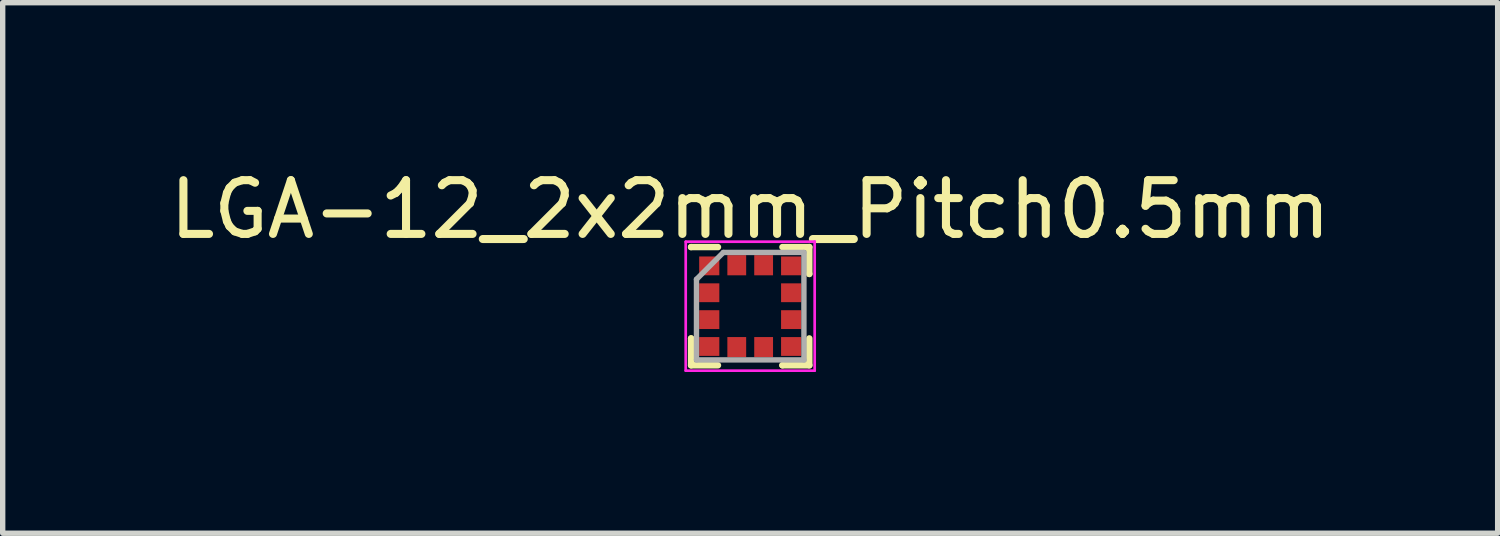
<source format=kicad_pcb>
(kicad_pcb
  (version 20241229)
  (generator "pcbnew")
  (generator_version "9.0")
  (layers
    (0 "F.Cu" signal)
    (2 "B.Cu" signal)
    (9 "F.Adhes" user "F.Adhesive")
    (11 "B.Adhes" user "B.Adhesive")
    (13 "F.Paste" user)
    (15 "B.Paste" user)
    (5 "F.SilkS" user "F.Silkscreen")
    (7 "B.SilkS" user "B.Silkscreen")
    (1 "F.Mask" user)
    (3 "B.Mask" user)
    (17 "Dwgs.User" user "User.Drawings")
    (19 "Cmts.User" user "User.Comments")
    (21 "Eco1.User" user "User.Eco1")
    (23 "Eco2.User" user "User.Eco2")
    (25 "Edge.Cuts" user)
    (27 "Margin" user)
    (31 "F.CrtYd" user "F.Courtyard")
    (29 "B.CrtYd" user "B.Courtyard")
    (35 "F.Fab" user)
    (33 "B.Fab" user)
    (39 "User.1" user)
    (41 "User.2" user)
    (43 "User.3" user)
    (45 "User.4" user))
  (footprint "LGA-12_2x2mm_Pitch0.5mm"
    (layer "F.Cu")
    (at 10.911 2.648)
    (property "Reference" "LGA-12_2x2mm_Pitch0.5mm" (at 0 -1.8 0) (layer "F.SilkS") (effects (font (size 1 1) (thickness 0.15))))
    (attr smd)
    (fp_line (start -1.1 -1.1) (end -1.1 -1.1) (stroke (width 0.12) (type solid)) (layer "F.SilkS"))
    (fp_line (start -1.1 0.6) (end -1.1 0.6) (stroke (width 0.12) (type solid)) (layer "F.SilkS"))
    (fp_line (start -1.1 1.1) (end -1.1 0.6) (stroke (width 0.12) (type solid)) (layer "F.SilkS"))
    (fp_line (start -0.6 -1.1) (end -1.1 -1.1) (stroke (width 0.12) (type solid)) (layer "F.SilkS"))
    (fp_line (start -0.6 1.1) (end -1.1 1.1) (stroke (width 0.12) (type solid)) (layer "F.SilkS"))
    (fp_line (start 0.6 -1.1) (end 1.1 -1.1) (stroke (width 0.12) (type solid)) (layer "F.SilkS"))
    (fp_line (start 0.6 1.1) (end 0.6 1.1) (stroke (width 0.12) (type solid)) (layer "F.SilkS"))
    (fp_line (start 1.1 -1.1) (end 1.1 -0.6) (stroke (width 0.12) (type solid)) (layer "F.SilkS"))
    (fp_line (start 1.1 -0.6) (end 1.1 -0.6) (stroke (width 0.12) (type solid)) (layer "F.SilkS"))
    (fp_line (start 1.1 0.6) (end 1.1 1.1) (stroke (width 0.12) (type solid)) (layer "F.SilkS"))
    (fp_line (start 1.1 1.1) (end 0.6 1.1) (stroke (width 0.12) (type solid)) (layer "F.SilkS"))
    (fp_line (start -1.2 -1.2) (end 1.2 -1.2) (stroke (width 0.05) (type solid)) (layer "F.CrtYd"))
    (fp_line (start -1.2 1.2) (end -1.2 -1.2) (stroke (width 0.05) (type solid)) (layer "F.CrtYd"))
    (fp_line (start 1.2 -1.2) (end 1.2 -1.2) (stroke (width 0.05) (type solid)) (layer "F.CrtYd"))
    (fp_line (start 1.2 -1.2) (end 1.2 1.2) (stroke (width 0.05) (type solid)) (layer "F.CrtYd"))
    (fp_line (start 1.2 1.2) (end -1.2 1.2) (stroke (width 0.05) (type solid)) (layer "F.CrtYd"))
    (fp_line (start -1 -0.5) (end -0.5 -1) (stroke (width 0.1) (type solid)) (layer "F.Fab"))
    (fp_line (start -1 1) (end -1 -0.5) (stroke (width 0.1) (type solid)) (layer "F.Fab"))
    (fp_line (start -0.5 -1) (end 1 -1) (stroke (width 0.1) (type solid)) (layer "F.Fab"))
    (fp_line (start 1 -1) (end 1 1) (stroke (width 0.1) (type solid)) (layer "F.Fab"))
    (fp_line (start 1 1) (end -1 1) (stroke (width 0.1) (type solid)) (layer "F.Fab"))
    (pad "1" smd rect (at -0.762 -0.75) (size 0.375 0.35) (layers "F.Cu" "F.Mask" "F.Paste"))
    (pad "2" smd rect (at -0.762 -0.25) (size 0.375 0.35) (layers "F.Cu" "F.Mask" "F.Paste"))
    (pad "3" smd rect (at -0.762 0.25) (size 0.375 0.35) (layers "F.Cu" "F.Mask" "F.Paste"))
    (pad "4" smd rect (at -0.762 0.75) (size 0.375 0.35) (layers "F.Cu" "F.Mask" "F.Paste"))
    (pad "5" smd rect (at -0.25 0.762 90) (size 0.375 0.35) (layers "F.Cu" "F.Mask" "F.Paste"))
    (pad "6" smd rect (at 0.25 0.762 90) (size 0.375 0.35) (layers "F.Cu" "F.Mask" "F.Paste"))
    (pad "7" smd rect (at 0.762 0.75) (size 0.375 0.35) (layers "F.Cu" "F.Mask" "F.Paste"))
    (pad "8" smd rect (at 0.762 0.25) (size 0.375 0.35) (layers "F.Cu" "F.Mask" "F.Paste"))
    (pad "9" smd rect (at 0.762 -0.25) (size 0.375 0.35) (layers "F.Cu" "F.Mask" "F.Paste"))
    (pad "10" smd rect (at 0.762 -0.75) (size 0.375 0.35) (layers "F.Cu" "F.Mask" "F.Paste"))
    (pad "11" smd rect (at 0.25 -0.762 90) (size 0.375 0.35) (layers "F.Cu" "F.Mask" "F.Paste"))
    (pad "12" smd rect (at -0.25 -0.762 90) (size 0.375 0.35) (layers "F.Cu" "F.Mask" "F.Paste")))
  (gr_rect
    (start -3 -3)
    (end 24.821 6.873)
    (stroke (width 0.1) (type default))
    (fill no)
    (layer "Edge.Cuts")))
</source>
